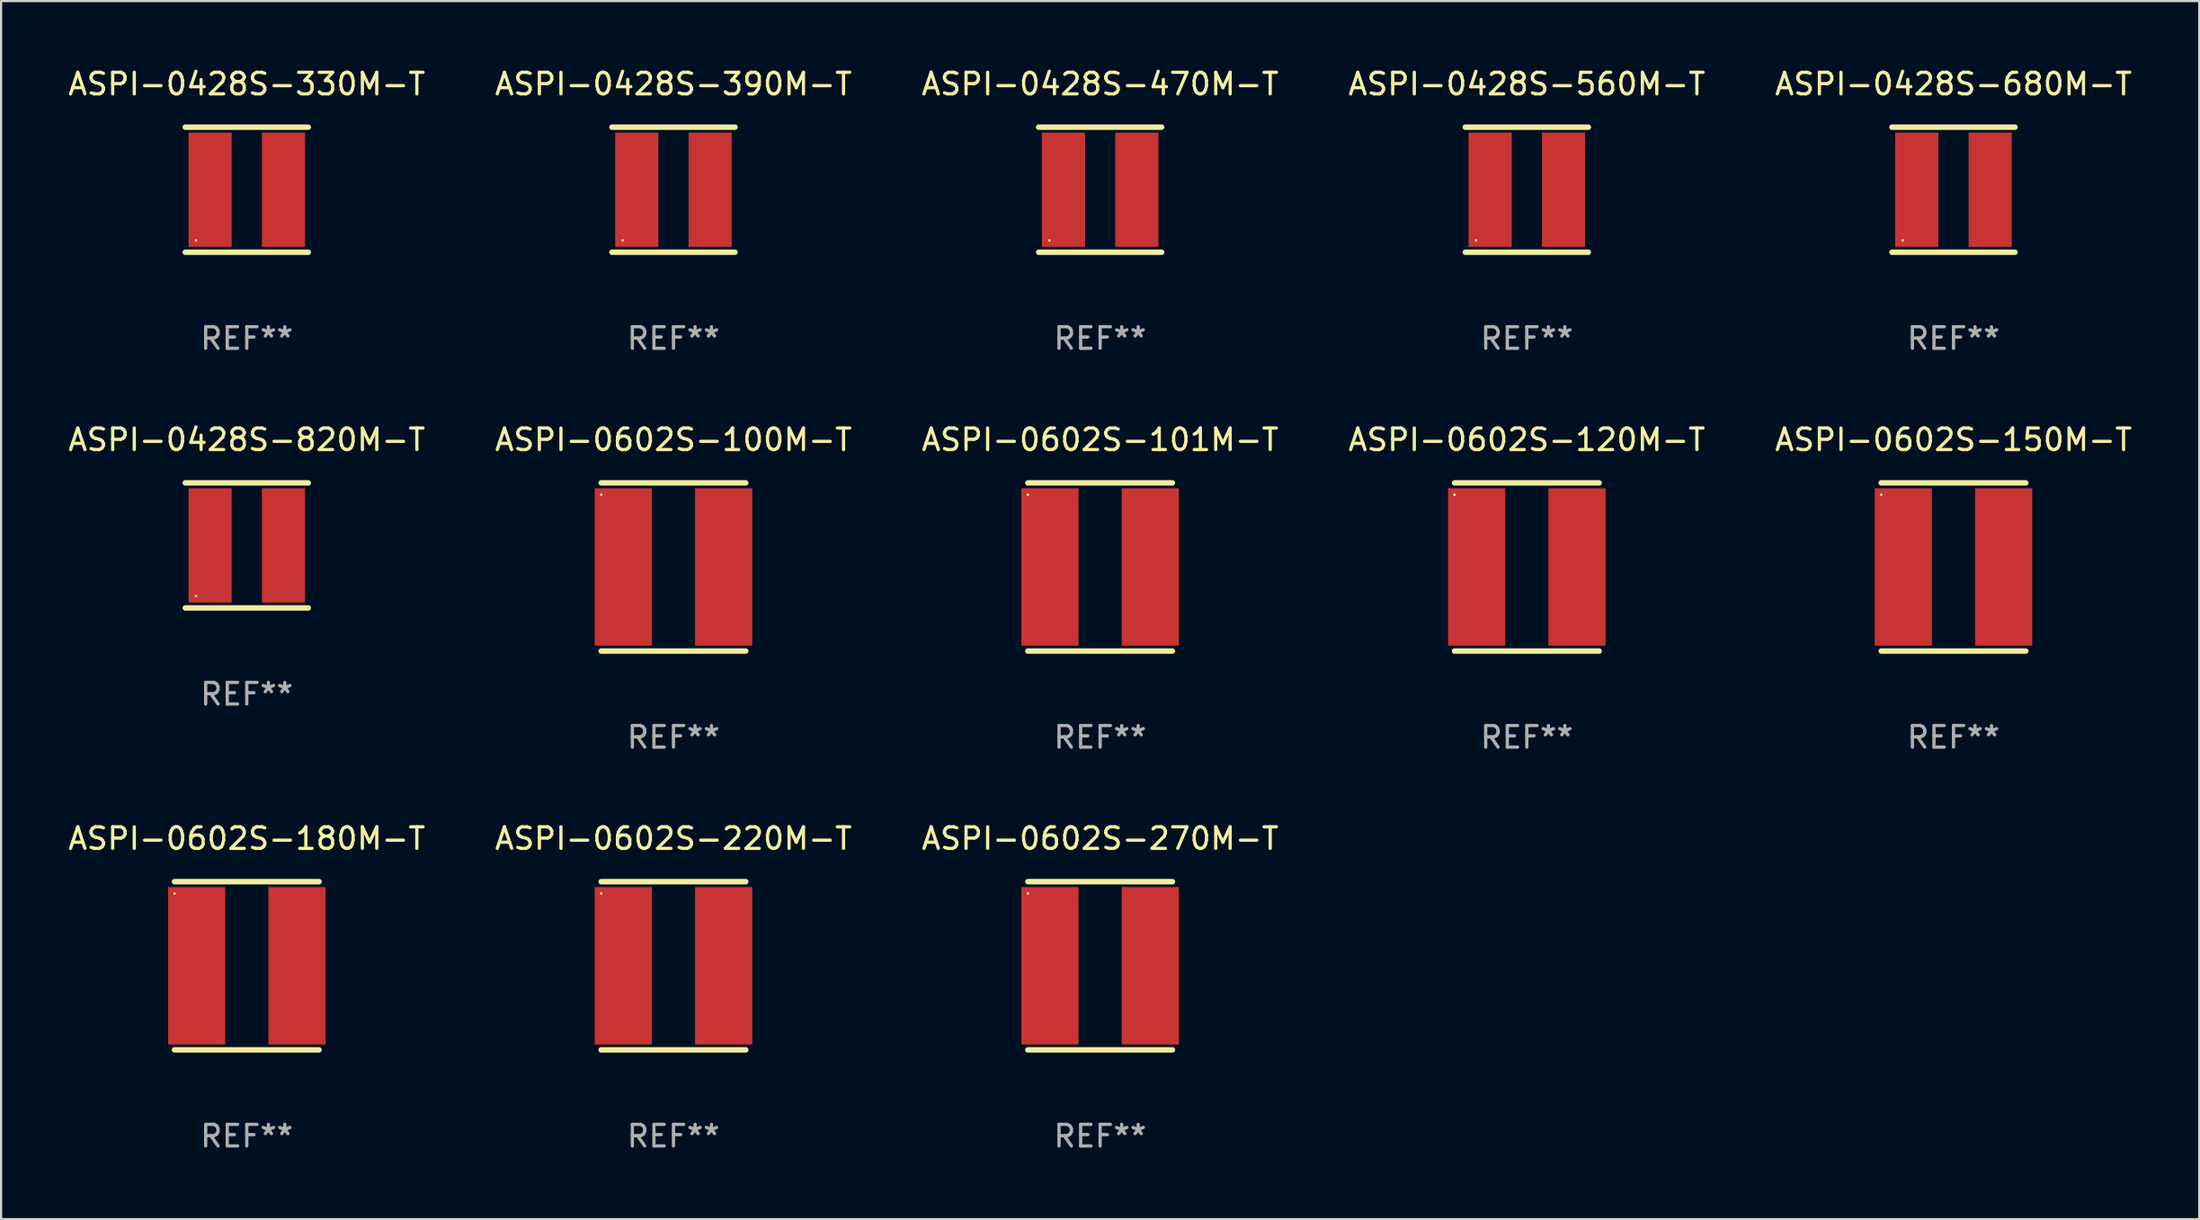
<source format=kicad_pcb>
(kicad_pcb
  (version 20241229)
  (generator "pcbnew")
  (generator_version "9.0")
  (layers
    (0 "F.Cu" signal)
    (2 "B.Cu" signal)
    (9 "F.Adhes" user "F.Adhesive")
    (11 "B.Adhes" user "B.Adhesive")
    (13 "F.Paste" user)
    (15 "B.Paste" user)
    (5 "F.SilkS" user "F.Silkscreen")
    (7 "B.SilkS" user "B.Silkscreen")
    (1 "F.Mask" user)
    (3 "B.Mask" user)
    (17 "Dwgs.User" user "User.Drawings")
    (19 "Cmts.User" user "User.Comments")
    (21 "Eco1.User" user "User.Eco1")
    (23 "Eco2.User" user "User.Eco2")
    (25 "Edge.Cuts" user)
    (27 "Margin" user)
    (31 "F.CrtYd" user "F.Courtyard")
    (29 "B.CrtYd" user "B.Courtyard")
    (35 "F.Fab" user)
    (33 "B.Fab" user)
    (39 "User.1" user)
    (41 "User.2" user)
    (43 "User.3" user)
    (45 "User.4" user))
  (footprint "ASPI-0428S-820M-T"
    (layer "F.Cu")
    (at 8.387 22.245)
    (property "Reference" "ASPI-0428S-820M-T" (at 0 -4.9 0) (layer "F.SilkS") (effects (font (size 1 1) (thickness 0.15))))
    (attr through_hole)
    (fp_line (start -2.85 -2.9) (end 2.85 -2.9) (stroke (width 0.254) (type solid)) (layer "F.SilkS"))
    (fp_line (start -2.85 2.9) (end 2.85 2.9) (stroke (width 0.254) (type solid)) (layer "F.SilkS"))
    (fp_circle (center -2.35 2.35) (end -2.32 2.35) (stroke (width 0.06) (type solid)) (fill no) (layer "F.SilkS"))
    (fp_text user "REF**" (at 0 6.9 0) (layer "F.Fab") (effects (font (size 1 1) (thickness 0.15))))
    (pad "1" smd rect (at -1.7 0) (size 2 5.3) (layers "F.Cu" "F.Mask" "F.Paste"))
    (pad "2" smd rect (at 1.7 0) (size 2 5.3) (layers "F.Cu" "F.Mask" "F.Paste")))
  (footprint "ASPI-0428S-470M-T"
    (layer "F.Cu")
    (at 47.935 5.748)
    (property "Reference" "ASPI-0428S-470M-T" (at 0 -4.9 0) (layer "F.SilkS") (effects (font (size 1 1) (thickness 0.15))))
    (attr through_hole)
    (fp_line (start -2.85 -2.9) (end 2.85 -2.9) (stroke (width 0.254) (type solid)) (layer "F.SilkS"))
    (fp_line (start -2.85 2.9) (end 2.85 2.9) (stroke (width 0.254) (type solid)) (layer "F.SilkS"))
    (fp_circle (center -2.35 2.35) (end -2.32 2.35) (stroke (width 0.06) (type solid)) (fill no) (layer "F.SilkS"))
    (fp_text user "REF**" (at 0 6.9 0) (layer "F.Fab") (effects (font (size 1 1) (thickness 0.15))))
    (pad "1" smd rect (at -1.7 0) (size 2 5.3) (layers "F.Cu" "F.Mask" "F.Paste"))
    (pad "2" smd rect (at 1.7 0) (size 2 5.3) (layers "F.Cu" "F.Mask" "F.Paste")))
  (footprint "ASPI-0428S-390M-T"
    (layer "F.Cu")
    (at 28.161 5.748)
    (property "Reference" "ASPI-0428S-390M-T" (at 0 -4.9 0) (layer "F.SilkS") (effects (font (size 1 1) (thickness 0.15))))
    (attr through_hole)
    (fp_line (start -2.85 -2.9) (end 2.85 -2.9) (stroke (width 0.254) (type solid)) (layer "F.SilkS"))
    (fp_line (start -2.85 2.9) (end 2.85 2.9) (stroke (width 0.254) (type solid)) (layer "F.SilkS"))
    (fp_circle (center -2.35 2.35) (end -2.32 2.35) (stroke (width 0.06) (type solid)) (fill no) (layer "F.SilkS"))
    (fp_text user "REF**" (at 0 6.9 0) (layer "F.Fab") (effects (font (size 1 1) (thickness 0.15))))
    (pad "1" smd rect (at -1.7 0) (size 2 5.3) (layers "F.Cu" "F.Mask" "F.Paste"))
    (pad "2" smd rect (at 1.7 0) (size 2 5.3) (layers "F.Cu" "F.Mask" "F.Paste")))
  (footprint "ASPI-0602S-100M-T"
    (layer "F.Cu")
    (at 28.161 23.245)
    (property "Reference" "ASPI-0602S-100M-T" (at 0 -5.9 0) (layer "F.SilkS") (effects (font (size 1 1) (thickness 0.15))))
    (attr through_hole)
    (fp_line (start -3.35 -3.9) (end 3.35 -3.9) (stroke (width 0.254) (type solid)) (layer "F.SilkS"))
    (fp_line (start -3.35 3.9) (end 3.35 3.9) (stroke (width 0.254) (type solid)) (layer "F.SilkS"))
    (fp_circle (center -3.35 -3.35) (end -3.32 -3.35) (stroke (width 0.06) (type solid)) (fill no) (layer "F.SilkS"))
    (fp_text user "REF**" (at 0 7.9 0) (layer "F.Fab") (effects (font (size 1 1) (thickness 0.15))))
    (pad "1" smd rect (at -2.325 0) (size 2.65 7.3) (layers "F.Cu" "F.Mask" "F.Paste"))
    (pad "2" smd rect (at 2.325 0) (size 2.65 7.3) (layers "F.Cu" "F.Mask" "F.Paste")))
  (footprint "ASPI-0428S-560M-T"
    (layer "F.Cu")
    (at 67.708 5.748)
    (property "Reference" "ASPI-0428S-560M-T" (at 0 -4.9 0) (layer "F.SilkS") (effects (font (size 1 1) (thickness 0.15))))
    (attr through_hole)
    (fp_line (start -2.85 -2.9) (end 2.85 -2.9) (stroke (width 0.254) (type solid)) (layer "F.SilkS"))
    (fp_line (start -2.85 2.9) (end 2.85 2.9) (stroke (width 0.254) (type solid)) (layer "F.SilkS"))
    (fp_circle (center -2.35 2.35) (end -2.32 2.35) (stroke (width 0.06) (type solid)) (fill no) (layer "F.SilkS"))
    (fp_text user "REF**" (at 0 6.9 0) (layer "F.Fab") (effects (font (size 1 1) (thickness 0.15))))
    (pad "1" smd rect (at -1.7 0) (size 2 5.3) (layers "F.Cu" "F.Mask" "F.Paste"))
    (pad "2" smd rect (at 1.7 0) (size 2 5.3) (layers "F.Cu" "F.Mask" "F.Paste")))
  (footprint "ASPI-0428S-680M-T"
    (layer "F.Cu")
    (at 87.482 5.748)
    (property "Reference" "ASPI-0428S-680M-T" (at 0 -4.9 0) (layer "F.SilkS") (effects (font (size 1 1) (thickness 0.15))))
    (attr through_hole)
    (fp_line (start -2.85 -2.9) (end 2.85 -2.9) (stroke (width 0.254) (type solid)) (layer "F.SilkS"))
    (fp_line (start -2.85 2.9) (end 2.85 2.9) (stroke (width 0.254) (type solid)) (layer "F.SilkS"))
    (fp_circle (center -2.35 2.35) (end -2.32 2.35) (stroke (width 0.06) (type solid)) (fill no) (layer "F.SilkS"))
    (fp_text user "REF**" (at 0 6.9 0) (layer "F.Fab") (effects (font (size 1 1) (thickness 0.15))))
    (pad "1" smd rect (at -1.7 0) (size 2 5.3) (layers "F.Cu" "F.Mask" "F.Paste"))
    (pad "2" smd rect (at 1.7 0) (size 2 5.3) (layers "F.Cu" "F.Mask" "F.Paste")))
  (footprint "ASPI-0602S-120M-T"
    (layer "F.Cu")
    (at 67.708 23.245)
    (property "Reference" "ASPI-0602S-120M-T" (at 0 -5.9 0) (layer "F.SilkS") (effects (font (size 1 1) (thickness 0.15))))
    (attr through_hole)
    (fp_line (start -3.35 -3.9) (end 3.35 -3.9) (stroke (width 0.254) (type solid)) (layer "F.SilkS"))
    (fp_line (start -3.35 3.9) (end 3.35 3.9) (stroke (width 0.254) (type solid)) (layer "F.SilkS"))
    (fp_circle (center -3.35 -3.35) (end -3.32 -3.35) (stroke (width 0.06) (type solid)) (fill no) (layer "F.SilkS"))
    (fp_text user "REF**" (at 0 7.9 0) (layer "F.Fab") (effects (font (size 1 1) (thickness 0.15))))
    (pad "1" smd rect (at -2.325 0) (size 2.65 7.3) (layers "F.Cu" "F.Mask" "F.Paste"))
    (pad "2" smd rect (at 2.325 0) (size 2.65 7.3) (layers "F.Cu" "F.Mask" "F.Paste")))
  (footprint "ASPI-0602S-180M-T"
    (layer "F.Cu")
    (at 8.387 41.741)
    (property "Reference" "ASPI-0602S-180M-T" (at 0 -5.9 0) (layer "F.SilkS") (effects (font (size 1 1) (thickness 0.15))))
    (attr through_hole)
    (fp_line (start -3.35 -3.9) (end 3.35 -3.9) (stroke (width 0.254) (type solid)) (layer "F.SilkS"))
    (fp_line (start -3.35 3.9) (end 3.35 3.9) (stroke (width 0.254) (type solid)) (layer "F.SilkS"))
    (fp_circle (center -3.35 -3.35) (end -3.32 -3.35) (stroke (width 0.06) (type solid)) (fill no) (layer "F.SilkS"))
    (fp_text user "REF**" (at 0 7.9 0) (layer "F.Fab") (effects (font (size 1 1) (thickness 0.15))))
    (pad "1" smd rect (at -2.325 0) (size 2.65 7.3) (layers "F.Cu" "F.Mask" "F.Paste"))
    (pad "2" smd rect (at 2.325 0) (size 2.65 7.3) (layers "F.Cu" "F.Mask" "F.Paste")))
  (footprint "ASPI-0602S-150M-T"
    (layer "F.Cu")
    (at 87.482 23.245)
    (property "Reference" "ASPI-0602S-150M-T" (at 0 -5.9 0) (layer "F.SilkS") (effects (font (size 1 1) (thickness 0.15))))
    (attr through_hole)
    (fp_line (start -3.35 -3.9) (end 3.35 -3.9) (stroke (width 0.254) (type solid)) (layer "F.SilkS"))
    (fp_line (start -3.35 3.9) (end 3.35 3.9) (stroke (width 0.254) (type solid)) (layer "F.SilkS"))
    (fp_circle (center -3.35 -3.35) (end -3.32 -3.35) (stroke (width 0.06) (type solid)) (fill no) (layer "F.SilkS"))
    (fp_text user "REF**" (at 0 7.9 0) (layer "F.Fab") (effects (font (size 1 1) (thickness 0.15))))
    (pad "1" smd rect (at -2.325 0) (size 2.65 7.3) (layers "F.Cu" "F.Mask" "F.Paste"))
    (pad "2" smd rect (at 2.325 0) (size 2.65 7.3) (layers "F.Cu" "F.Mask" "F.Paste")))
  (footprint "ASPI-0602S-270M-T"
    (layer "F.Cu")
    (at 47.935 41.741)
    (property "Reference" "ASPI-0602S-270M-T" (at 0 -5.9 0) (layer "F.SilkS") (effects (font (size 1 1) (thickness 0.15))))
    (attr through_hole)
    (fp_line (start -3.35 -3.9) (end 3.35 -3.9) (stroke (width 0.254) (type solid)) (layer "F.SilkS"))
    (fp_line (start -3.35 3.9) (end 3.35 3.9) (stroke (width 0.254) (type solid)) (layer "F.SilkS"))
    (fp_circle (center -3.35 -3.35) (end -3.32 -3.35) (stroke (width 0.06) (type solid)) (fill no) (layer "F.SilkS"))
    (fp_text user "REF**" (at 0 7.9 0) (layer "F.Fab") (effects (font (size 1 1) (thickness 0.15))))
    (pad "1" smd rect (at -2.325 0) (size 2.65 7.3) (layers "F.Cu" "F.Mask" "F.Paste"))
    (pad "2" smd rect (at 2.325 0) (size 2.65 7.3) (layers "F.Cu" "F.Mask" "F.Paste")))
  (footprint "ASPI-0428S-330M-T"
    (layer "F.Cu")
    (at 8.387 5.748)
    (property "Reference" "ASPI-0428S-330M-T" (at 0 -4.9 0) (layer "F.SilkS") (effects (font (size 1 1) (thickness 0.15))))
    (attr through_hole)
    (fp_line (start -2.85 -2.9) (end 2.85 -2.9) (stroke (width 0.254) (type solid)) (layer "F.SilkS"))
    (fp_line (start -2.85 2.9) (end 2.85 2.9) (stroke (width 0.254) (type solid)) (layer "F.SilkS"))
    (fp_circle (center -2.35 2.35) (end -2.32 2.35) (stroke (width 0.06) (type solid)) (fill no) (layer "F.SilkS"))
    (fp_text user "REF**" (at 0 6.9 0) (layer "F.Fab") (effects (font (size 1 1) (thickness 0.15))))
    (pad "1" smd rect (at -1.7 0) (size 2 5.3) (layers "F.Cu" "F.Mask" "F.Paste"))
    (pad "2" smd rect (at 1.7 0) (size 2 5.3) (layers "F.Cu" "F.Mask" "F.Paste")))
  (footprint "ASPI-0602S-101M-T"
    (layer "F.Cu")
    (at 47.935 23.245)
    (property "Reference" "ASPI-0602S-101M-T" (at 0 -5.9 0) (layer "F.SilkS") (effects (font (size 1 1) (thickness 0.15))))
    (attr through_hole)
    (fp_line (start -3.35 -3.9) (end 3.35 -3.9) (stroke (width 0.254) (type solid)) (layer "F.SilkS"))
    (fp_line (start -3.35 3.9) (end 3.35 3.9) (stroke (width 0.254) (type solid)) (layer "F.SilkS"))
    (fp_circle (center -3.35 -3.35) (end -3.32 -3.35) (stroke (width 0.06) (type solid)) (fill no) (layer "F.SilkS"))
    (fp_text user "REF**" (at 0 7.9 0) (layer "F.Fab") (effects (font (size 1 1) (thickness 0.15))))
    (pad "1" smd rect (at -2.325 0) (size 2.65 7.3) (layers "F.Cu" "F.Mask" "F.Paste"))
    (pad "2" smd rect (at 2.325 0) (size 2.65 7.3) (layers "F.Cu" "F.Mask" "F.Paste")))
  (footprint "ASPI-0602S-220M-T"
    (layer "F.Cu")
    (at 28.161 41.741)
    (property "Reference" "ASPI-0602S-220M-T" (at 0 -5.9 0) (layer "F.SilkS") (effects (font (size 1 1) (thickness 0.15))))
    (attr through_hole)
    (fp_line (start -3.35 -3.9) (end 3.35 -3.9) (stroke (width 0.254) (type solid)) (layer "F.SilkS"))
    (fp_line (start -3.35 3.9) (end 3.35 3.9) (stroke (width 0.254) (type solid)) (layer "F.SilkS"))
    (fp_circle (center -3.35 -3.35) (end -3.32 -3.35) (stroke (width 0.06) (type solid)) (fill no) (layer "F.SilkS"))
    (fp_text user "REF**" (at 0 7.9 0) (layer "F.Fab") (effects (font (size 1 1) (thickness 0.15))))
    (pad "1" smd rect (at -2.325 0) (size 2.65 7.3) (layers "F.Cu" "F.Mask" "F.Paste"))
    (pad "2" smd rect (at 2.325 0) (size 2.65 7.3) (layers "F.Cu" "F.Mask" "F.Paste")))
  (gr_rect
    (start -3 -3)
    (end 98.869 53.489)
    (stroke (width 0.1) (type default))
    (fill no)
    (layer "Edge.Cuts")))
</source>
